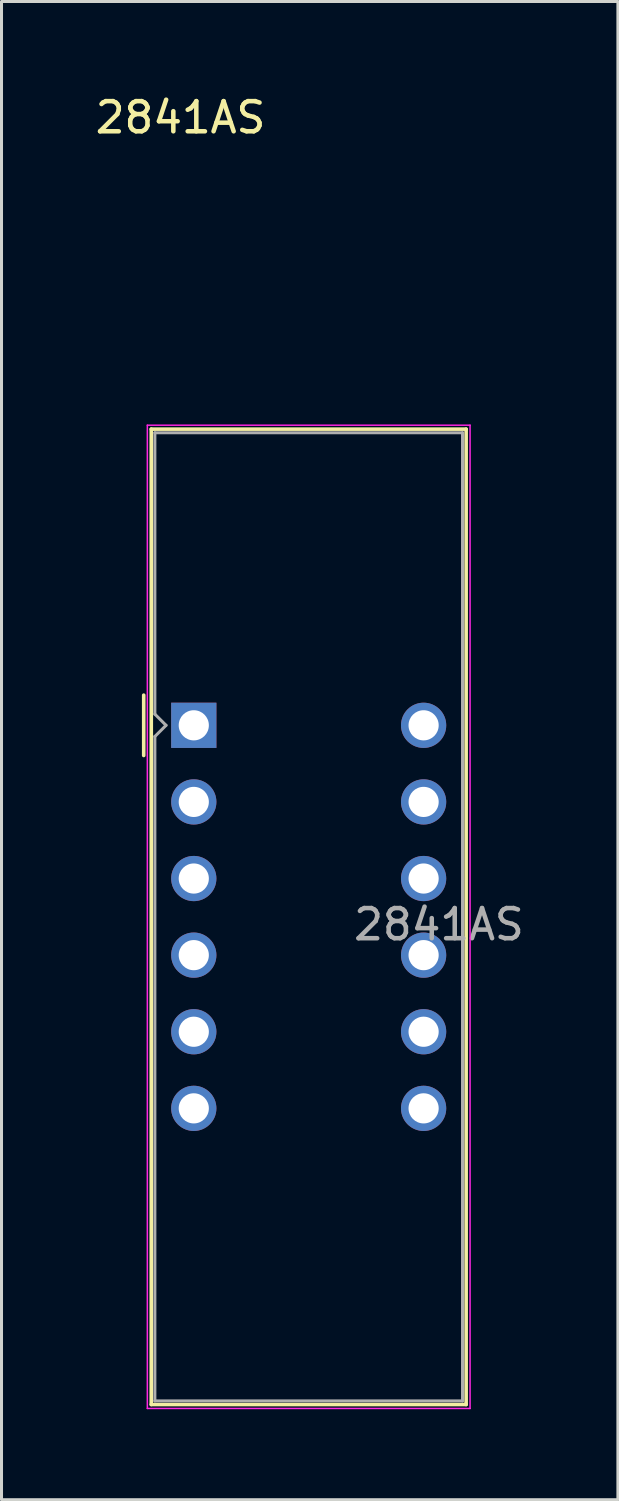
<source format=kicad_pcb>
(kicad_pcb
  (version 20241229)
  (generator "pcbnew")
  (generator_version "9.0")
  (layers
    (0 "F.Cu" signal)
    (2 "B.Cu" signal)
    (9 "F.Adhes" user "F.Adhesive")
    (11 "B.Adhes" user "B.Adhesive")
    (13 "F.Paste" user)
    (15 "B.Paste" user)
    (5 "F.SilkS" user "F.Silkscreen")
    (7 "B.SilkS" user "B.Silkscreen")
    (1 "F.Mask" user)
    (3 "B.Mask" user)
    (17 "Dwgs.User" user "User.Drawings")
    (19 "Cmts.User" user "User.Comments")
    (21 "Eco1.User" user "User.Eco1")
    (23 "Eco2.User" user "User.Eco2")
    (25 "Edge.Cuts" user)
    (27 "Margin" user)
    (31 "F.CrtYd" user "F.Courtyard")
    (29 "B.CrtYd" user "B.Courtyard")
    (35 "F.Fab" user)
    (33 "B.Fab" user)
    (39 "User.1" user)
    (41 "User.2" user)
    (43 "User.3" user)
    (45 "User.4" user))
  (footprint "2841AS"
    (layer "F.Cu")
    (at 3.375 20.998)
    (property "Reference" "2841AS" (at -0.44 -20.15 0) (layer "F.SilkS") (effects (font (size 1 1) (thickness 0.15))))
    (attr through_hole)
    (fp_line (start -1.66 -1) (end -1.66 1) (stroke (width 0.12) (type solid)) (layer "F.SilkS"))
    (fp_line (start -1.41 -9.82) (end -1.41 22.52) (stroke (width 0.12) (type solid)) (layer "F.SilkS"))
    (fp_line (start -1.41 -9.82) (end 9.03 -9.82) (stroke (width 0.12) (type solid)) (layer "F.SilkS"))
    (fp_line (start -1.41 22.52) (end 9.03 22.52) (stroke (width 0.12) (type solid)) (layer "F.SilkS"))
    (fp_line (start 9.03 22.52) (end 9.03 -9.82) (stroke (width 0.12) (type solid)) (layer "F.SilkS"))
    (fp_line (start -1.54 -9.95) (end 9.16 -9.95) (stroke (width 0.05) (type solid)) (layer "F.CrtYd"))
    (fp_line (start -1.54 22.65) (end -1.54 -9.95) (stroke (width 0.05) (type solid)) (layer "F.CrtYd"))
    (fp_line (start 9.16 -9.95) (end 9.16 22.65) (stroke (width 0.05) (type solid)) (layer "F.CrtYd"))
    (fp_line (start 9.16 22.65) (end -1.54 22.65) (stroke (width 0.05) (type solid)) (layer "F.CrtYd"))
    (fp_line (start -1.29 -9.7) (end 8.91 -9.7) (stroke (width 0.1) (type solid)) (layer "F.Fab"))
    (fp_line (start -1.29 -0.37) (end -1.29 -9.7) (stroke (width 0.1) (type solid)) (layer "F.Fab"))
    (fp_line (start -1.29 0.37) (end -1.29 22.4) (stroke (width 0.1) (type solid)) (layer "F.Fab"))
    (fp_line (start -1.29 0.37) (end -0.92 0) (stroke (width 0.1) (type solid)) (layer "F.Fab"))
    (fp_line (start -1.29 22.4) (end 8.91 22.4) (stroke (width 0.1) (type solid)) (layer "F.Fab"))
    (fp_line (start -0.92 0) (end -1.29 -0.37) (stroke (width 0.1) (type solid)) (layer "F.Fab"))
    (fp_line (start 8.91 -9.7) (end 8.91 22.4) (stroke (width 0.1) (type solid)) (layer "F.Fab"))
    (fp_text user "${REFERENCE}" (at 8.128 6.604 0) (layer "F.Fab") (effects (font (size 1 1) (thickness 0.15))))
    (pad "1" thru_hole rect (at 0 0) (size 1.5 1.5) (drill 1) (layers "*.Cu" "*.Mask"))
    (pad "2" thru_hole circle (at 0 2.54) (size 1.5 1.5) (drill 1) (layers "*.Cu" "*.Mask"))
    (pad "3" thru_hole circle (at 0 5.08) (size 1.5 1.5) (drill 1) (layers "*.Cu" "*.Mask"))
    (pad "4" thru_hole circle (at 0 7.62) (size 1.5 1.5) (drill 1) (layers "*.Cu" "*.Mask"))
    (pad "5" thru_hole circle (at 0 10.16) (size 1.5 1.5) (drill 1) (layers "*.Cu" "*.Mask"))
    (pad "6" thru_hole circle (at 0 12.7) (size 1.5 1.5) (drill 1) (layers "*.Cu" "*.Mask"))
    (pad "7" thru_hole circle (at 7.62 12.7) (size 1.5 1.5) (drill 1) (layers "*.Cu" "*.Mask"))
    (pad "8" thru_hole circle (at 7.62 10.16) (size 1.5 1.5) (drill 1) (layers "*.Cu" "*.Mask"))
    (pad "9" thru_hole circle (at 7.62 7.62) (size 1.5 1.5) (drill 1) (layers "*.Cu" "*.Mask"))
    (pad "10" thru_hole circle (at 7.62 5.08) (size 1.5 1.5) (drill 1) (layers "*.Cu" "*.Mask"))
    (pad "11" thru_hole circle (at 7.62 2.54) (size 1.5 1.5) (drill 1) (layers "*.Cu" "*.Mask"))
    (pad "12" thru_hole circle (at 7.62 0) (size 1.5 1.5) (drill 1) (layers "*.Cu" "*.Mask")))
  (gr_rect
    (start -3 -3)
    (end 17.437 46.673)
    (stroke (width 0.1) (type default))
    (fill no)
    (layer "Edge.Cuts")))
</source>
